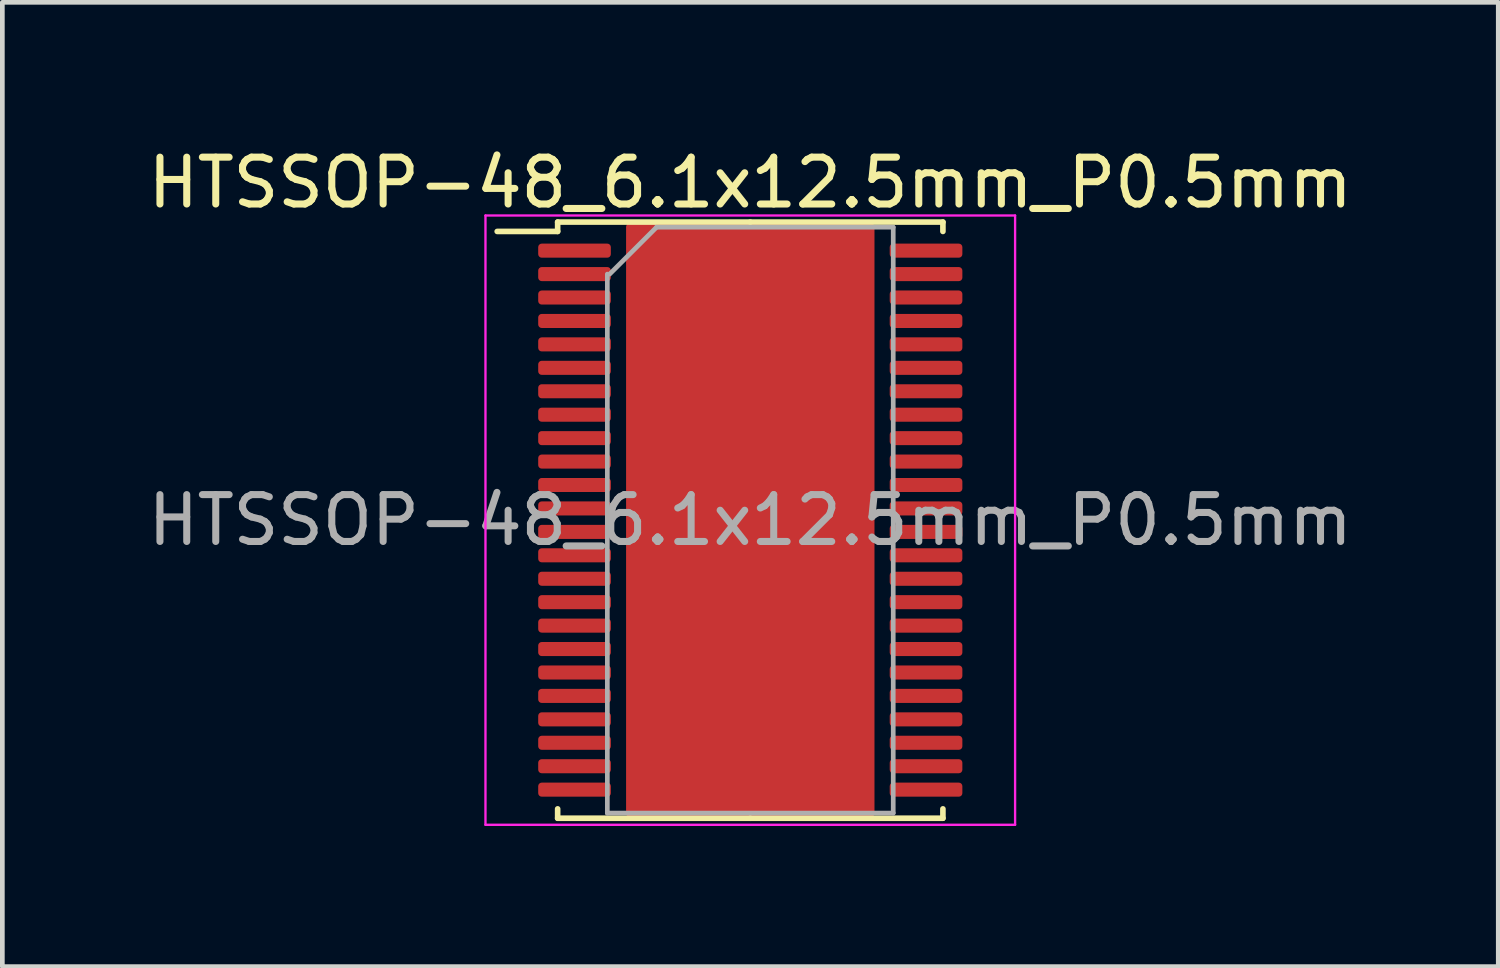
<source format=kicad_pcb>
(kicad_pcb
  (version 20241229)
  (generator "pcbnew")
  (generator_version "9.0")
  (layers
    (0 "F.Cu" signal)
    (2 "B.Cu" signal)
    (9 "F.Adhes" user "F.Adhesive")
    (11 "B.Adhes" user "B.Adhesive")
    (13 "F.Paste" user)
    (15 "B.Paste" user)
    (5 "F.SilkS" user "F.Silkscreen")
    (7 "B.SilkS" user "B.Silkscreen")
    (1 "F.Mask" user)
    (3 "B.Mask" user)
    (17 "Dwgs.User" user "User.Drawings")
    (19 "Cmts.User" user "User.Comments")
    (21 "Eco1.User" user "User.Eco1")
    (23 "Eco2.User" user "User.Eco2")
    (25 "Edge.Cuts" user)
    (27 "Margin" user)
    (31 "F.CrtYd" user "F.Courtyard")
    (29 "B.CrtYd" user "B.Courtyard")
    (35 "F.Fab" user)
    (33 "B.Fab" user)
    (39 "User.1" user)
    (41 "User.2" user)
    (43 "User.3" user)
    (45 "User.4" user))
  (footprint "HTSSOP-48_6.1x12.5mm_P0.5mm"
    (layer "F.Cu")
    (at 12.958 8.048)
    (property "Reference" "HTSSOP-48_6.1x12.5mm_P0.5mm" (at 0 -7.2 0) (layer "F.SilkS") (effects (font (size 1 1) (thickness 0.15))))
    (attr smd)
    (fp_rect (start -2.55 -6.25) (end 2.55 6.25) (stroke (width 0.2) (type solid)) (fill yes) (layer "F.Cu"))
    (fp_rect (start -1.8 -3.2) (end 1.8 3.2) (stroke (width 0.12) (type solid)) (fill yes) (layer "F.Mask"))
    (fp_line (start -4.11 -6.36) (end -4.11 -6.16) (stroke (width 0.12) (type solid)) (layer "F.SilkS"))
    (fp_line (start -4.11 -6.16) (end -5.4 -6.16) (stroke (width 0.12) (type solid)) (layer "F.SilkS"))
    (fp_line (start -4.11 6.36) (end -4.11 6.16) (stroke (width 0.12) (type solid)) (layer "F.SilkS"))
    (fp_line (start 0 -6.36) (end -4.11 -6.36) (stroke (width 0.12) (type solid)) (layer "F.SilkS"))
    (fp_line (start 0 -6.36) (end 4.11 -6.36) (stroke (width 0.12) (type solid)) (layer "F.SilkS"))
    (fp_line (start 0 6.36) (end -4.11 6.36) (stroke (width 0.12) (type solid)) (layer "F.SilkS"))
    (fp_line (start 0 6.36) (end 4.11 6.36) (stroke (width 0.12) (type solid)) (layer "F.SilkS"))
    (fp_line (start 4.11 -6.36) (end 4.11 -6.16) (stroke (width 0.12) (type solid)) (layer "F.SilkS"))
    (fp_line (start 4.11 6.36) (end 4.11 6.16) (stroke (width 0.12) (type solid)) (layer "F.SilkS"))
    (fp_line (start -5.65 -6.5) (end -5.65 6.5) (stroke (width 0.05) (type solid)) (layer "F.CrtYd"))
    (fp_line (start -5.65 6.5) (end 5.65 6.5) (stroke (width 0.05) (type solid)) (layer "F.CrtYd"))
    (fp_line (start 5.65 -6.5) (end -5.65 -6.5) (stroke (width 0.05) (type solid)) (layer "F.CrtYd"))
    (fp_line (start 5.65 6.5) (end 5.65 -6.5) (stroke (width 0.05) (type solid)) (layer "F.CrtYd"))
    (fp_line (start -3.05 6.25) (end -3.05 -5.25) (stroke (width 0.1) (type solid)) (layer "F.Fab"))
    (fp_line (start -3 -5.25) (end -2 -6.25) (stroke (width 0.1) (type solid)) (layer "F.Fab"))
    (fp_line (start -2 -6.25) (end 3.05 -6.25) (stroke (width 0.1) (type solid)) (layer "F.Fab"))
    (fp_line (start 3.05 -6.25) (end 3.05 6.25) (stroke (width 0.1) (type solid)) (layer "F.Fab"))
    (fp_line (start 3.05 6.25) (end -3.05 6.25) (stroke (width 0.1) (type solid)) (layer "F.Fab"))
    (fp_text user "${REFERENCE}" (at 0 0 0) (layer "F.Fab") (effects (font (size 1 1) (thickness 0.15))))
    (pad "1" smd roundrect (at -3.75 -5.75) (size 1.55 0.3) (layers "F.Cu" "F.Mask" "F.Paste") (roundrect_rratio 0.25))
    (pad "2" smd roundrect (at -3.75 -5.25) (size 1.55 0.3) (layers "F.Cu" "F.Mask" "F.Paste") (roundrect_rratio 0.25))
    (pad "3" smd roundrect (at -3.75 -4.75) (size 1.55 0.3) (layers "F.Cu" "F.Mask" "F.Paste") (roundrect_rratio 0.25))
    (pad "4" smd roundrect (at -3.75 -4.25) (size 1.55 0.3) (layers "F.Cu" "F.Mask" "F.Paste") (roundrect_rratio 0.25))
    (pad "5" smd roundrect (at -3.75 -3.75) (size 1.55 0.3) (layers "F.Cu" "F.Mask" "F.Paste") (roundrect_rratio 0.25))
    (pad "6" smd roundrect (at -3.75 -3.25) (size 1.55 0.3) (layers "F.Cu" "F.Mask" "F.Paste") (roundrect_rratio 0.25))
    (pad "7" smd roundrect (at -3.75 -2.75) (size 1.55 0.3) (layers "F.Cu" "F.Mask" "F.Paste") (roundrect_rratio 0.25))
    (pad "8" smd roundrect (at -3.75 -2.25) (size 1.55 0.3) (layers "F.Cu" "F.Mask" "F.Paste") (roundrect_rratio 0.25))
    (pad "9" smd roundrect (at -3.75 -1.75) (size 1.55 0.3) (layers "F.Cu" "F.Mask" "F.Paste") (roundrect_rratio 0.25))
    (pad "10" smd roundrect (at -3.75 -1.25) (size 1.55 0.3) (layers "F.Cu" "F.Mask" "F.Paste") (roundrect_rratio 0.25))
    (pad "11" smd roundrect (at -3.75 -0.75) (size 1.55 0.3) (layers "F.Cu" "F.Mask" "F.Paste") (roundrect_rratio 0.25))
    (pad "12" smd roundrect (at -3.75 -0.25) (size 1.55 0.3) (layers "F.Cu" "F.Mask" "F.Paste") (roundrect_rratio 0.25))
    (pad "13" smd roundrect (at -3.75 0.25) (size 1.55 0.3) (layers "F.Cu" "F.Mask" "F.Paste") (roundrect_rratio 0.25))
    (pad "14" smd roundrect (at -3.75 0.75) (size 1.55 0.3) (layers "F.Cu" "F.Mask" "F.Paste") (roundrect_rratio 0.25))
    (pad "15" smd roundrect (at -3.75 1.25) (size 1.55 0.3) (layers "F.Cu" "F.Mask" "F.Paste") (roundrect_rratio 0.25))
    (pad "16" smd roundrect (at -3.75 1.75) (size 1.55 0.3) (layers "F.Cu" "F.Mask" "F.Paste") (roundrect_rratio 0.25))
    (pad "17" smd roundrect (at -3.75 2.25) (size 1.55 0.3) (layers "F.Cu" "F.Mask" "F.Paste") (roundrect_rratio 0.25))
    (pad "18" smd roundrect (at -3.75 2.75) (size 1.55 0.3) (layers "F.Cu" "F.Mask" "F.Paste") (roundrect_rratio 0.25))
    (pad "19" smd roundrect (at -3.75 3.25) (size 1.55 0.3) (layers "F.Cu" "F.Mask" "F.Paste") (roundrect_rratio 0.25))
    (pad "20" smd roundrect (at -3.75 3.75) (size 1.55 0.3) (layers "F.Cu" "F.Mask" "F.Paste") (roundrect_rratio 0.25))
    (pad "21" smd roundrect (at -3.75 4.25) (size 1.55 0.3) (layers "F.Cu" "F.Mask" "F.Paste") (roundrect_rratio 0.25))
    (pad "22" smd roundrect (at -3.75 4.75) (size 1.55 0.3) (layers "F.Cu" "F.Mask" "F.Paste") (roundrect_rratio 0.25))
    (pad "23" smd roundrect (at -3.75 5.25) (size 1.55 0.3) (layers "F.Cu" "F.Mask" "F.Paste") (roundrect_rratio 0.25))
    (pad "24" smd roundrect (at -3.75 5.75) (size 1.55 0.3) (layers "F.Cu" "F.Mask" "F.Paste") (roundrect_rratio 0.25))
    (pad "25" smd roundrect (at 3.75 5.75) (size 1.55 0.3) (layers "F.Cu" "F.Mask" "F.Paste") (roundrect_rratio 0.25))
    (pad "26" smd roundrect (at 3.75 5.25) (size 1.55 0.3) (layers "F.Cu" "F.Mask" "F.Paste") (roundrect_rratio 0.25))
    (pad "27" smd roundrect (at 3.75 4.75) (size 1.55 0.3) (layers "F.Cu" "F.Mask" "F.Paste") (roundrect_rratio 0.25))
    (pad "28" smd roundrect (at 3.75 4.25) (size 1.55 0.3) (layers "F.Cu" "F.Mask" "F.Paste") (roundrect_rratio 0.25))
    (pad "29" smd roundrect (at 3.75 3.75) (size 1.55 0.3) (layers "F.Cu" "F.Mask" "F.Paste") (roundrect_rratio 0.25))
    (pad "30" smd roundrect (at 3.75 3.25) (size 1.55 0.3) (layers "F.Cu" "F.Mask" "F.Paste") (roundrect_rratio 0.25))
    (pad "31" smd roundrect (at 3.75 2.75) (size 1.55 0.3) (layers "F.Cu" "F.Mask" "F.Paste") (roundrect_rratio 0.25))
    (pad "32" smd roundrect (at 3.75 2.25) (size 1.55 0.3) (layers "F.Cu" "F.Mask" "F.Paste") (roundrect_rratio 0.25))
    (pad "33" smd roundrect (at 3.75 1.75) (size 1.55 0.3) (layers "F.Cu" "F.Mask" "F.Paste") (roundrect_rratio 0.25))
    (pad "34" smd roundrect (at 3.75 1.25) (size 1.55 0.3) (layers "F.Cu" "F.Mask" "F.Paste") (roundrect_rratio 0.25))
    (pad "35" smd roundrect (at 3.75 0.75) (size 1.55 0.3) (layers "F.Cu" "F.Mask" "F.Paste") (roundrect_rratio 0.25))
    (pad "36" smd roundrect (at 3.75 0.25) (size 1.55 0.3) (layers "F.Cu" "F.Mask" "F.Paste") (roundrect_rratio 0.25))
    (pad "37" smd roundrect (at 3.75 -0.25) (size 1.55 0.3) (layers "F.Cu" "F.Mask" "F.Paste") (roundrect_rratio 0.25))
    (pad "38" smd roundrect (at 3.75 -0.75) (size 1.55 0.3) (layers "F.Cu" "F.Mask" "F.Paste") (roundrect_rratio 0.25))
    (pad "39" smd roundrect (at 3.75 -1.25) (size 1.55 0.3) (layers "F.Cu" "F.Mask" "F.Paste") (roundrect_rratio 0.25))
    (pad "40" smd roundrect (at 3.75 -1.75) (size 1.55 0.3) (layers "F.Cu" "F.Mask" "F.Paste") (roundrect_rratio 0.25))
    (pad "41" smd roundrect (at 3.75 -2.25) (size 1.55 0.3) (layers "F.Cu" "F.Mask" "F.Paste") (roundrect_rratio 0.25))
    (pad "42" smd roundrect (at 3.75 -2.75) (size 1.55 0.3) (layers "F.Cu" "F.Mask" "F.Paste") (roundrect_rratio 0.25))
    (pad "43" smd roundrect (at 3.75 -3.25) (size 1.55 0.3) (layers "F.Cu" "F.Mask" "F.Paste") (roundrect_rratio 0.25))
    (pad "44" smd roundrect (at 3.75 -3.75) (size 1.55 0.3) (layers "F.Cu" "F.Mask" "F.Paste") (roundrect_rratio 0.25))
    (pad "45" smd roundrect (at 3.75 -4.25) (size 1.55 0.3) (layers "F.Cu" "F.Mask" "F.Paste") (roundrect_rratio 0.25))
    (pad "46" smd roundrect (at 3.75 -4.75) (size 1.55 0.3) (layers "F.Cu" "F.Mask" "F.Paste") (roundrect_rratio 0.25))
    (pad "47" smd roundrect (at 3.75 -5.25) (size 1.55 0.3) (layers "F.Cu" "F.Mask" "F.Paste") (roundrect_rratio 0.25))
    (pad "48" smd roundrect (at 3.75 -5.75) (size 1.55 0.3) (layers "F.Cu" "F.Mask" "F.Paste") (roundrect_rratio 0.25)))
  (gr_rect
    (start -3 -3)
    (end 28.917 17.573)
    (stroke (width 0.1) (type default))
    (fill no)
    (layer "Edge.Cuts")))
</source>
